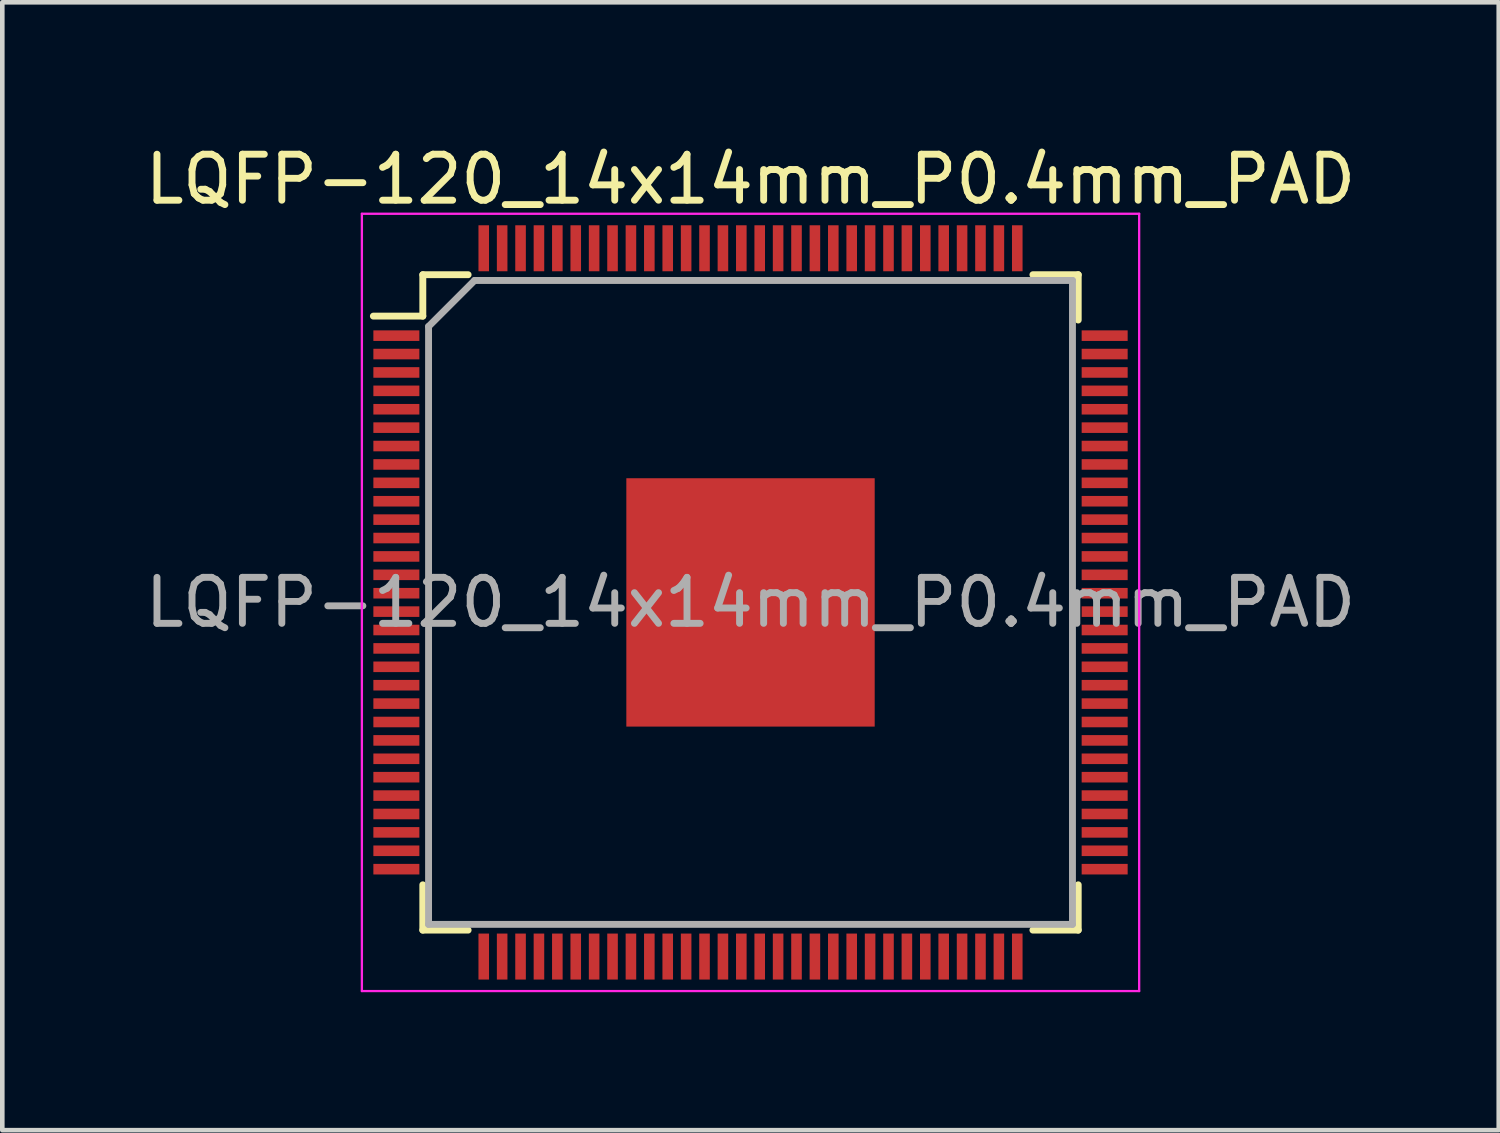
<source format=kicad_pcb>
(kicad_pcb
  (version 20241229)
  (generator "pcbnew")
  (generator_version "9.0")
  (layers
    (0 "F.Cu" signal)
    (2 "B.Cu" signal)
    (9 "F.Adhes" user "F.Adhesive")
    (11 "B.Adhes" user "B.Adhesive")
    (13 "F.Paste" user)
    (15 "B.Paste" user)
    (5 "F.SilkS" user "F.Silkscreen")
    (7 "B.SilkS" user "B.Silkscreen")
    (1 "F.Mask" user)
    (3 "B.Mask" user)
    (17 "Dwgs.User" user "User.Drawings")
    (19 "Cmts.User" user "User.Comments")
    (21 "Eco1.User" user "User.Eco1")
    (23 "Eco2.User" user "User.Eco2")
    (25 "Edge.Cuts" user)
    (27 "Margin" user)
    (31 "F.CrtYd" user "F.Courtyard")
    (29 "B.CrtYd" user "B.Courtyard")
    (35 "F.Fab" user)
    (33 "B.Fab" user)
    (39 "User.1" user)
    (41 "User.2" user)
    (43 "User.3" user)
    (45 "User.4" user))
  (footprint "LQFP-120_14x14mm_P0.4mm_PAD"
    (layer "F.Cu")
    (at 13.268 10.048)
    (property "Reference" "LQFP-120_14x14mm_P0.4mm_PAD" (at 0 -9.2 0) (layer "F.SilkS") (effects (font (size 1 1) (thickness 0.15))))
    (attr smd)
    (fp_line (start -7.125 -7.125) (end -7.125 -6.225) (stroke (width 0.15) (type solid)) (layer "F.SilkS"))
    (fp_line (start -7.125 -7.125) (end -6.14 -7.125) (stroke (width 0.15) (type solid)) (layer "F.SilkS"))
    (fp_line (start -7.125 -6.225) (end -8.2 -6.225) (stroke (width 0.15) (type solid)) (layer "F.SilkS"))
    (fp_line (start -7.125 7.125) (end -7.125 6.14) (stroke (width 0.15) (type solid)) (layer "F.SilkS"))
    (fp_line (start -7.125 7.125) (end -6.14 7.125) (stroke (width 0.15) (type solid)) (layer "F.SilkS"))
    (fp_line (start 7.125 -7.125) (end 6.14 -7.125) (stroke (width 0.15) (type solid)) (layer "F.SilkS"))
    (fp_line (start 7.125 -7.125) (end 7.125 -6.14) (stroke (width 0.15) (type solid)) (layer "F.SilkS"))
    (fp_line (start 7.125 7.125) (end 6.14 7.125) (stroke (width 0.15) (type solid)) (layer "F.SilkS"))
    (fp_line (start 7.125 7.125) (end 7.125 6.14) (stroke (width 0.15) (type solid)) (layer "F.SilkS"))
    (fp_line (start -8.45 -8.45) (end -8.45 8.45) (stroke (width 0.05) (type solid)) (layer "F.CrtYd"))
    (fp_line (start -8.45 -8.45) (end 8.45 -8.45) (stroke (width 0.05) (type solid)) (layer "F.CrtYd"))
    (fp_line (start -8.45 8.45) (end 8.45 8.45) (stroke (width 0.05) (type solid)) (layer "F.CrtYd"))
    (fp_line (start 8.45 -8.45) (end 8.45 8.45) (stroke (width 0.05) (type solid)) (layer "F.CrtYd"))
    (fp_line (start -7 -6) (end -6 -7) (stroke (width 0.15) (type solid)) (layer "F.Fab"))
    (fp_line (start -7 7) (end -7 -6) (stroke (width 0.15) (type solid)) (layer "F.Fab"))
    (fp_line (start -6 -7) (end 7 -7) (stroke (width 0.15) (type solid)) (layer "F.Fab"))
    (fp_line (start 7 -7) (end 7 7) (stroke (width 0.15) (type solid)) (layer "F.Fab"))
    (fp_line (start 7 7) (end -7 7) (stroke (width 0.15) (type solid)) (layer "F.Fab"))
    (fp_text user "${REFERENCE}" (at 0 0 0) (layer "F.Fab") (effects (font (size 1 1) (thickness 0.15))))
    (pad "1" smd rect (at -7.7 -5.8) (size 1 0.23) (layers "F.Cu" "F.Mask" "F.Paste"))
    (pad "2" smd rect (at -7.7 -5.4) (size 1 0.23) (layers "F.Cu" "F.Mask" "F.Paste"))
    (pad "3" smd rect (at -7.7 -5) (size 1 0.23) (layers "F.Cu" "F.Mask" "F.Paste"))
    (pad "4" smd rect (at -7.7 -4.6) (size 1 0.23) (layers "F.Cu" "F.Mask" "F.Paste"))
    (pad "5" smd rect (at -7.7 -4.2) (size 1 0.23) (layers "F.Cu" "F.Mask" "F.Paste"))
    (pad "6" smd rect (at -7.7 -3.8) (size 1 0.23) (layers "F.Cu" "F.Mask" "F.Paste"))
    (pad "7" smd rect (at -7.7 -3.4) (size 1 0.23) (layers "F.Cu" "F.Mask" "F.Paste"))
    (pad "8" smd rect (at -7.7 -3) (size 1 0.23) (layers "F.Cu" "F.Mask" "F.Paste"))
    (pad "9" smd rect (at -7.7 -2.6) (size 1 0.23) (layers "F.Cu" "F.Mask" "F.Paste"))
    (pad "10" smd rect (at -7.7 -2.2) (size 1 0.23) (layers "F.Cu" "F.Mask" "F.Paste"))
    (pad "11" smd rect (at -7.7 -1.8) (size 1 0.23) (layers "F.Cu" "F.Mask" "F.Paste"))
    (pad "12" smd rect (at -7.7 -1.4) (size 1 0.23) (layers "F.Cu" "F.Mask" "F.Paste"))
    (pad "13" smd rect (at -7.7 -1) (size 1 0.23) (layers "F.Cu" "F.Mask" "F.Paste"))
    (pad "14" smd rect (at -7.7 -0.6) (size 1 0.23) (layers "F.Cu" "F.Mask" "F.Paste"))
    (pad "15" smd rect (at -7.7 -0.2) (size 1 0.23) (layers "F.Cu" "F.Mask" "F.Paste"))
    (pad "16" smd rect (at -7.7 0.2) (size 1 0.23) (layers "F.Cu" "F.Mask" "F.Paste"))
    (pad "17" smd rect (at -7.7 0.6) (size 1 0.23) (layers "F.Cu" "F.Mask" "F.Paste"))
    (pad "18" smd rect (at -7.7 1) (size 1 0.23) (layers "F.Cu" "F.Mask" "F.Paste"))
    (pad "19" smd rect (at -7.7 1.4) (size 1 0.23) (layers "F.Cu" "F.Mask" "F.Paste"))
    (pad "20" smd rect (at -7.7 1.8) (size 1 0.23) (layers "F.Cu" "F.Mask" "F.Paste"))
    (pad "21" smd rect (at -7.7 2.2) (size 1 0.23) (layers "F.Cu" "F.Mask" "F.Paste"))
    (pad "22" smd rect (at -7.7 2.6) (size 1 0.23) (layers "F.Cu" "F.Mask" "F.Paste"))
    (pad "23" smd rect (at -7.7 3) (size 1 0.23) (layers "F.Cu" "F.Mask" "F.Paste"))
    (pad "24" smd rect (at -7.7 3.4) (size 1 0.23) (layers "F.Cu" "F.Mask" "F.Paste"))
    (pad "25" smd rect (at -7.7 3.8) (size 1 0.23) (layers "F.Cu" "F.Mask" "F.Paste"))
    (pad "26" smd rect (at -7.7 4.2) (size 1 0.23) (layers "F.Cu" "F.Mask" "F.Paste"))
    (pad "27" smd rect (at -7.7 4.6) (size 1 0.23) (layers "F.Cu" "F.Mask" "F.Paste"))
    (pad "28" smd rect (at -7.7 5) (size 1 0.23) (layers "F.Cu" "F.Mask" "F.Paste"))
    (pad "29" smd rect (at -7.7 5.4) (size 1 0.23) (layers "F.Cu" "F.Mask" "F.Paste"))
    (pad "30" smd rect (at -7.7 5.8) (size 1 0.23) (layers "F.Cu" "F.Mask" "F.Paste"))
    (pad "31" smd rect (at -5.8 7.7 90) (size 1 0.23) (layers "F.Cu" "F.Mask" "F.Paste"))
    (pad "32" smd rect (at -5.4 7.7 90) (size 1 0.23) (layers "F.Cu" "F.Mask" "F.Paste"))
    (pad "33" smd rect (at -5 7.7 90) (size 1 0.23) (layers "F.Cu" "F.Mask" "F.Paste"))
    (pad "34" smd rect (at -4.6 7.7 90) (size 1 0.23) (layers "F.Cu" "F.Mask" "F.Paste"))
    (pad "35" smd rect (at -4.2 7.7 90) (size 1 0.23) (layers "F.Cu" "F.Mask" "F.Paste"))
    (pad "36" smd rect (at -3.8 7.7 90) (size 1 0.23) (layers "F.Cu" "F.Mask" "F.Paste"))
    (pad "37" smd rect (at -3.4 7.7 90) (size 1 0.23) (layers "F.Cu" "F.Mask" "F.Paste"))
    (pad "38" smd rect (at -3 7.7 90) (size 1 0.23) (layers "F.Cu" "F.Mask" "F.Paste"))
    (pad "39" smd rect (at -2.6 7.7 90) (size 1 0.23) (layers "F.Cu" "F.Mask" "F.Paste"))
    (pad "40" smd rect (at -2.2 7.7 90) (size 1 0.23) (layers "F.Cu" "F.Mask" "F.Paste"))
    (pad "41" smd rect (at -1.8 7.7 90) (size 1 0.23) (layers "F.Cu" "F.Mask" "F.Paste"))
    (pad "42" smd rect (at -1.4 7.7 90) (size 1 0.23) (layers "F.Cu" "F.Mask" "F.Paste"))
    (pad "43" smd rect (at -1 7.7 90) (size 1 0.23) (layers "F.Cu" "F.Mask" "F.Paste"))
    (pad "44" smd rect (at -0.6 7.7 90) (size 1 0.23) (layers "F.Cu" "F.Mask" "F.Paste"))
    (pad "45" smd rect (at -0.2 7.7 90) (size 1 0.23) (layers "F.Cu" "F.Mask" "F.Paste"))
    (pad "46" smd rect (at 0.2 7.7 90) (size 1 0.23) (layers "F.Cu" "F.Mask" "F.Paste"))
    (pad "47" smd rect (at 0.6 7.7 90) (size 1 0.23) (layers "F.Cu" "F.Mask" "F.Paste"))
    (pad "48" smd rect (at 1 7.7 90) (size 1 0.23) (layers "F.Cu" "F.Mask" "F.Paste"))
    (pad "49" smd rect (at 1.4 7.7 90) (size 1 0.23) (layers "F.Cu" "F.Mask" "F.Paste"))
    (pad "50" smd rect (at 1.8 7.7 90) (size 1 0.23) (layers "F.Cu" "F.Mask" "F.Paste"))
    (pad "51" smd rect (at 2.2 7.7 90) (size 1 0.23) (layers "F.Cu" "F.Mask" "F.Paste"))
    (pad "52" smd rect (at 2.6 7.7 90) (size 1 0.23) (layers "F.Cu" "F.Mask" "F.Paste"))
    (pad "53" smd rect (at 3 7.7 90) (size 1 0.23) (layers "F.Cu" "F.Mask" "F.Paste"))
    (pad "54" smd rect (at 3.4 7.7 90) (size 1 0.23) (layers "F.Cu" "F.Mask" "F.Paste"))
    (pad "55" smd rect (at 3.8 7.7 90) (size 1 0.23) (layers "F.Cu" "F.Mask" "F.Paste"))
    (pad "56" smd rect (at 4.2 7.7 90) (size 1 0.23) (layers "F.Cu" "F.Mask" "F.Paste"))
    (pad "57" smd rect (at 4.6 7.7 90) (size 1 0.23) (layers "F.Cu" "F.Mask" "F.Paste"))
    (pad "58" smd rect (at 5 7.7 90) (size 1 0.23) (layers "F.Cu" "F.Mask" "F.Paste"))
    (pad "59" smd rect (at 5.4 7.7 90) (size 1 0.23) (layers "F.Cu" "F.Mask" "F.Paste"))
    (pad "60" smd rect (at 5.8 7.7 90) (size 1 0.23) (layers "F.Cu" "F.Mask" "F.Paste"))
    (pad "61" smd rect (at 7.7 5.8) (size 1 0.23) (layers "F.Cu" "F.Mask" "F.Paste"))
    (pad "62" smd rect (at 7.7 5.4) (size 1 0.23) (layers "F.Cu" "F.Mask" "F.Paste"))
    (pad "63" smd rect (at 7.7 5) (size 1 0.23) (layers "F.Cu" "F.Mask" "F.Paste"))
    (pad "64" smd rect (at 7.7 4.6) (size 1 0.23) (layers "F.Cu" "F.Mask" "F.Paste"))
    (pad "65" smd rect (at 7.7 4.2) (size 1 0.23) (layers "F.Cu" "F.Mask" "F.Paste"))
    (pad "66" smd rect (at 7.7 3.8) (size 1 0.23) (layers "F.Cu" "F.Mask" "F.Paste"))
    (pad "67" smd rect (at 7.7 3.4) (size 1 0.23) (layers "F.Cu" "F.Mask" "F.Paste"))
    (pad "68" smd rect (at 7.7 3) (size 1 0.23) (layers "F.Cu" "F.Mask" "F.Paste"))
    (pad "69" smd rect (at 7.7 2.6) (size 1 0.23) (layers "F.Cu" "F.Mask" "F.Paste"))
    (pad "70" smd rect (at 7.7 2.2) (size 1 0.23) (layers "F.Cu" "F.Mask" "F.Paste"))
    (pad "71" smd rect (at 7.7 1.8) (size 1 0.23) (layers "F.Cu" "F.Mask" "F.Paste"))
    (pad "72" smd rect (at 7.7 1.4) (size 1 0.23) (layers "F.Cu" "F.Mask" "F.Paste"))
    (pad "73" smd rect (at 7.7 1) (size 1 0.23) (layers "F.Cu" "F.Mask" "F.Paste"))
    (pad "74" smd rect (at 7.7 0.6) (size 1 0.23) (layers "F.Cu" "F.Mask" "F.Paste"))
    (pad "75" smd rect (at 7.7 0.2) (size 1 0.23) (layers "F.Cu" "F.Mask" "F.Paste"))
    (pad "76" smd rect (at 7.7 -0.2) (size 1 0.23) (layers "F.Cu" "F.Mask" "F.Paste"))
    (pad "77" smd rect (at 7.7 -0.6) (size 1 0.23) (layers "F.Cu" "F.Mask" "F.Paste"))
    (pad "78" smd rect (at 7.7 -1) (size 1 0.23) (layers "F.Cu" "F.Mask" "F.Paste"))
    (pad "79" smd rect (at 7.7 -1.4) (size 1 0.23) (layers "F.Cu" "F.Mask" "F.Paste"))
    (pad "80" smd rect (at 7.7 -1.8) (size 1 0.23) (layers "F.Cu" "F.Mask" "F.Paste"))
    (pad "81" smd rect (at 7.7 -2.2) (size 1 0.23) (layers "F.Cu" "F.Mask" "F.Paste"))
    (pad "82" smd rect (at 7.7 -2.6) (size 1 0.23) (layers "F.Cu" "F.Mask" "F.Paste"))
    (pad "83" smd rect (at 7.7 -3) (size 1 0.23) (layers "F.Cu" "F.Mask" "F.Paste"))
    (pad "84" smd rect (at 7.7 -3.4) (size 1 0.23) (layers "F.Cu" "F.Mask" "F.Paste"))
    (pad "85" smd rect (at 7.7 -3.8) (size 1 0.23) (layers "F.Cu" "F.Mask" "F.Paste"))
    (pad "86" smd rect (at 7.7 -4.2) (size 1 0.23) (layers "F.Cu" "F.Mask" "F.Paste"))
    (pad "87" smd rect (at 7.7 -4.6) (size 1 0.23) (layers "F.Cu" "F.Mask" "F.Paste"))
    (pad "88" smd rect (at 7.7 -5) (size 1 0.23) (layers "F.Cu" "F.Mask" "F.Paste"))
    (pad "89" smd rect (at 7.7 -5.4) (size 1 0.23) (layers "F.Cu" "F.Mask" "F.Paste"))
    (pad "90" smd rect (at 7.7 -5.8) (size 1 0.23) (layers "F.Cu" "F.Mask" "F.Paste"))
    (pad "91" smd rect (at 5.8 -7.7 90) (size 1 0.23) (layers "F.Cu" "F.Mask" "F.Paste"))
    (pad "92" smd rect (at 5.4 -7.7 90) (size 1 0.23) (layers "F.Cu" "F.Mask" "F.Paste"))
    (pad "93" smd rect (at 5 -7.7 90) (size 1 0.23) (layers "F.Cu" "F.Mask" "F.Paste"))
    (pad "94" smd rect (at 4.6 -7.7 90) (size 1 0.23) (layers "F.Cu" "F.Mask" "F.Paste"))
    (pad "95" smd rect (at 4.2 -7.7 90) (size 1 0.23) (layers "F.Cu" "F.Mask" "F.Paste"))
    (pad "96" smd rect (at 3.8 -7.7 90) (size 1 0.23) (layers "F.Cu" "F.Mask" "F.Paste"))
    (pad "97" smd rect (at 3.4 -7.7 90) (size 1 0.23) (layers "F.Cu" "F.Mask" "F.Paste"))
    (pad "98" smd rect (at 3 -7.7 90) (size 1 0.23) (layers "F.Cu" "F.Mask" "F.Paste"))
    (pad "99" smd rect (at 2.6 -7.7 90) (size 1 0.23) (layers "F.Cu" "F.Mask" "F.Paste"))
    (pad "100" smd rect (at 2.2 -7.7 90) (size 1 0.23) (layers "F.Cu" "F.Mask" "F.Paste"))
    (pad "101" smd rect (at 1.8 -7.7 90) (size 1 0.23) (layers "F.Cu" "F.Mask" "F.Paste"))
    (pad "102" smd rect (at 1.4 -7.7 90) (size 1 0.23) (layers "F.Cu" "F.Mask" "F.Paste"))
    (pad "103" smd rect (at 1 -7.7 90) (size 1 0.23) (layers "F.Cu" "F.Mask" "F.Paste"))
    (pad "104" smd rect (at 0.6 -7.7 90) (size 1 0.23) (layers "F.Cu" "F.Mask" "F.Paste"))
    (pad "105" smd rect (at 0.2 -7.7 90) (size 1 0.23) (layers "F.Cu" "F.Mask" "F.Paste"))
    (pad "106" smd rect (at -0.2 -7.7 90) (size 1 0.23) (layers "F.Cu" "F.Mask" "F.Paste"))
    (pad "107" smd rect (at -0.6 -7.7 90) (size 1 0.23) (layers "F.Cu" "F.Mask" "F.Paste"))
    (pad "108" smd rect (at -1 -7.7 90) (size 1 0.23) (layers "F.Cu" "F.Mask" "F.Paste"))
    (pad "109" smd rect (at -1.4 -7.7 90) (size 1 0.23) (layers "F.Cu" "F.Mask" "F.Paste"))
    (pad "110" smd rect (at -1.8 -7.7 90) (size 1 0.23) (layers "F.Cu" "F.Mask" "F.Paste"))
    (pad "111" smd rect (at -2.2 -7.7 90) (size 1 0.23) (layers "F.Cu" "F.Mask" "F.Paste"))
    (pad "112" smd rect (at -2.6 -7.7 90) (size 1 0.23) (layers "F.Cu" "F.Mask" "F.Paste"))
    (pad "113" smd rect (at -3 -7.7 90) (size 1 0.23) (layers "F.Cu" "F.Mask" "F.Paste"))
    (pad "114" smd rect (at -3.4 -7.7 90) (size 1 0.23) (layers "F.Cu" "F.Mask" "F.Paste"))
    (pad "115" smd rect (at -3.8 -7.7 90) (size 1 0.23) (layers "F.Cu" "F.Mask" "F.Paste"))
    (pad "116" smd rect (at -4.2 -7.7 90) (size 1 0.23) (layers "F.Cu" "F.Mask" "F.Paste"))
    (pad "117" smd rect (at -4.6 -7.7 90) (size 1 0.23) (layers "F.Cu" "F.Mask" "F.Paste"))
    (pad "118" smd rect (at -5 -7.7 90) (size 1 0.23) (layers "F.Cu" "F.Mask" "F.Paste"))
    (pad "119" smd rect (at -5.4 -7.7 90) (size 1 0.23) (layers "F.Cu" "F.Mask" "F.Paste"))
    (pad "120" smd rect (at -5.8 -7.7 90) (size 1 0.23) (layers "F.Cu" "F.Mask" "F.Paste"))
    (pad "121" smd rect (at 0 0) (size 5.4 5.4) (layers "F.Cu" "F.Mask" "F.Paste")))
  (gr_rect
    (start -3 -3)
    (end 29.536 21.523)
    (stroke (width 0.1) (type default))
    (fill no)
    (layer "Edge.Cuts")))
</source>
